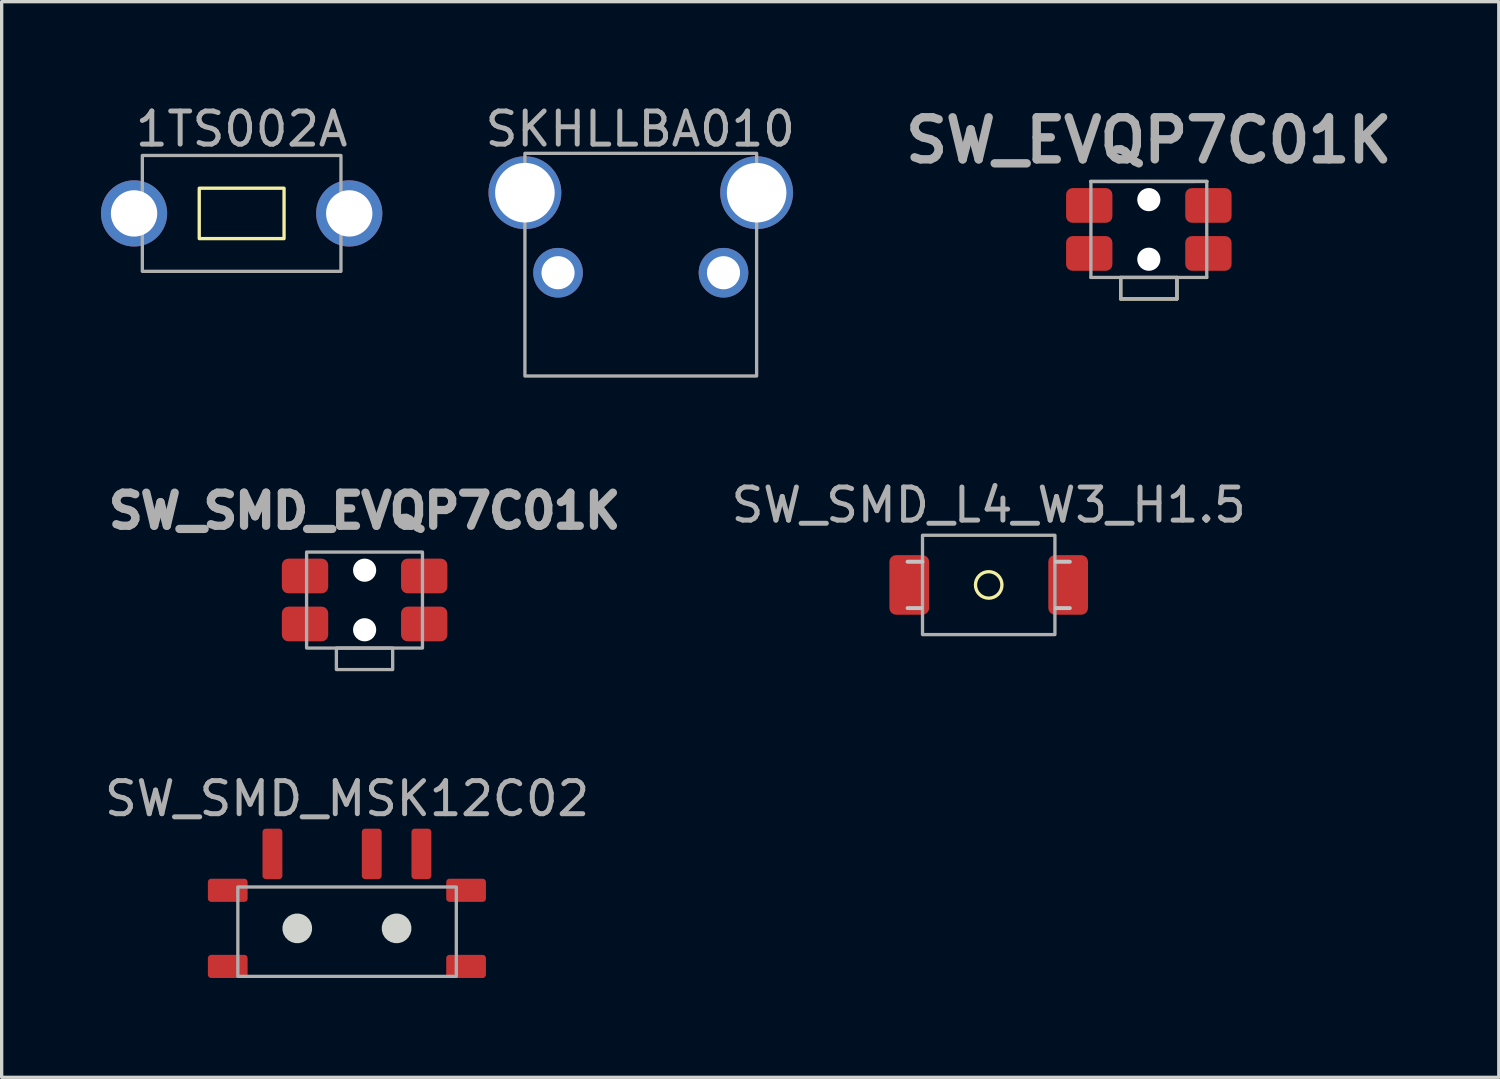
<source format=kicad_pcb>
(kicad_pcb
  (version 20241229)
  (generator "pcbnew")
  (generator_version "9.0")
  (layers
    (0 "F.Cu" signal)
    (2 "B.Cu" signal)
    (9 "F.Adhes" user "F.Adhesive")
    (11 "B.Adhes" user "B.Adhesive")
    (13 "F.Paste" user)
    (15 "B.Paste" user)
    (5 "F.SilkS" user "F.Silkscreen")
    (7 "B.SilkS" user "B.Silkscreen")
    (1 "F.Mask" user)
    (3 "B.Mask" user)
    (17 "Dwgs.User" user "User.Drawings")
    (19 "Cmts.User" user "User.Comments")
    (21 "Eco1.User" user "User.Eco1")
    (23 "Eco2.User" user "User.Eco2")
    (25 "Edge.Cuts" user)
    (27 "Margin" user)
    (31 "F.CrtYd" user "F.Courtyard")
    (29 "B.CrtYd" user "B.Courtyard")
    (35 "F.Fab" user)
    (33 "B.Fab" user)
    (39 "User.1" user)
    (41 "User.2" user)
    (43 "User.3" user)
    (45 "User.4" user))
  (footprint "SW_SMD_EVQP7C01K"
    (layer "F.Cu")
    (at 7.965 15.075)
    (property "Reference" "SW_SMD_EVQP7C01K" (at 0 -2.692 0) (layer "F.Fab") (effects (font (size 1 1) (thickness 0.25))))
    (attr through_hole)
    (fp_rect (start -1.753 -1.448) (end 1.747 1.452) (stroke (width 0.1) (type solid)) (fill no) (layer "F.Fab"))
    (fp_rect (start -0.853 1.452) (end 0.847 2.102) (stroke (width 0.1) (type solid)) (fill no) (layer "F.Fab"))
    (pad "" np_thru_hole circle (at 0 -0.9) (size 0.7 0.7) (drill 0.7) (layers "*.Cu" "*.Mask"))
    (pad "" np_thru_hole circle (at 0 0.9) (size 0.7 0.7) (drill 0.7) (layers "*.Cu" "*.Mask"))
    (pad "1" smd roundrect (at -1.8 -0.725 90) (size 1.05 1.4) (layers "F.Cu" "F.Mask" "F.Paste") (roundrect_rratio 0.19))
    (pad "1" smd roundrect (at 1.8 -0.725 90) (size 1.05 1.4) (layers "F.Cu" "F.Mask" "F.Paste") (roundrect_rratio 0.19))
    (pad "2" smd roundrect (at -1.8 0.725 90) (size 1.05 1.4) (layers "F.Cu" "F.Mask" "F.Paste") (roundrect_rratio 0.19))
    (pad "2" smd roundrect (at 1.8 0.725 90) (size 1.05 1.4) (layers "F.Cu" "F.Mask" "F.Paste") (roundrect_rratio 0.19)))
  (footprint "SW_EVQP7C01K"
    (layer "F.Cu")
    (at 31.655 3.881)
    (property "Reference" "SW_EVQP7C01K" (at 0 -2.692 0) (layer "F.Fab") (effects (font (size 1.27 1.27) (thickness 0.254))))
    (attr through_hole)
    (fp_line (start -1.753 -1.448) (end 1.753 -1.45) (stroke (width 0.1) (type solid)) (layer "F.SilkS"))
    (fp_rect (start -0.85 1.45) (end 0.85 2.1) (stroke (width 0.1) (type default)) (fill no) (layer "F.SilkS"))
    (fp_line (start -1.75 -1.45) (end 1.75 -1.45) (stroke (width 0.1) (type solid)) (layer "F.Fab"))
    (fp_line (start -1.75 1.45) (end -1.75 -1.45) (stroke (width 0.1) (type solid)) (layer "F.Fab"))
    (fp_line (start -0.85 1.45) (end -0.85 2.1) (stroke (width 0.1) (type solid)) (layer "F.Fab"))
    (fp_line (start -0.85 2.1) (end 0.85 2.1) (stroke (width 0.1) (type solid)) (layer "F.Fab"))
    (fp_line (start 0.85 2.1) (end 0.85 1.45) (stroke (width 0.1) (type solid)) (layer "F.Fab"))
    (fp_line (start 1.75 -1.45) (end 1.75 1.45) (stroke (width 0.1) (type solid)) (layer "F.Fab"))
    (fp_line (start 1.75 1.45) (end -1.75 1.45) (stroke (width 0.1) (type solid)) (layer "F.Fab"))
    (pad "" np_thru_hole circle (at 0 -0.9) (size 0.7 0.7) (drill 0.7) (layers "*.Cu" "*.Mask"))
    (pad "" np_thru_hole circle (at 0 0.9) (size 0.7 0.7) (drill 0.7) (layers "*.Cu" "*.Mask"))
    (pad "1" smd roundrect (at -1.8 -0.725 90) (size 1.05 1.4) (layers "F.Cu" "F.Mask" "F.Paste") (roundrect_rratio 0.19))
    (pad "1" smd roundrect (at 1.8 -0.725 90) (size 1.05 1.4) (layers "F.Cu" "F.Mask" "F.Paste") (roundrect_rratio 0.19))
    (pad "2" smd roundrect (at -1.8 0.725 90) (size 1.05 1.4) (layers "F.Cu" "F.Mask" "F.Paste") (roundrect_rratio 0.19))
    (pad "2" smd roundrect (at 1.8 0.725 90) (size 1.05 1.4) (layers "F.Cu" "F.Mask" "F.Paste") (roundrect_rratio 0.19)))
  (footprint "1TS002A"
    (layer "F.Cu")
    (at 4.25 3.397)
    (property "Reference" "1TS002A" (at 0 -2.549 0) (layer "F.Fab") (effects (font (size 1 1) (thickness 0.15))))
    (fp_rect (start -1.281 -0.761) (end 1.281 0.761) (stroke (width 0.1) (type default)) (fill no) (layer "F.SilkS"))
    (fp_rect (start -3 -1.75) (end 3 1.75) (stroke (width 0.1) (type solid)) (fill no) (layer "F.Fab"))
    (fp_poly (pts (xy -3.4 -0.5) (xy -3.4 0.5) (xy -2.99 0.5) (xy -2.99 -0.5)) (stroke (width 0.1) (type default)) (fill no) (layer "User.1"))
    (fp_poly (pts (xy -3.4 -0.5) (xy -3.1 -0.5) (xy -3.1 0.5) (xy -3.4 0.5)) (stroke (width 0.1) (type default)) (fill no) (layer "User.1"))
    (fp_poly (pts (xy 3.1 -0.5) (xy 3.4 -0.5) (xy 3.4 0.5) (xy 3.1 0.5)) (stroke (width 0.1) (type default)) (fill no) (layer "User.1"))
    (fp_poly (pts (xy 3.4 -0.5) (xy 3.4 0.5) (xy 2.99 0.5) (xy 2.99 -0.5)) (stroke (width 0.1) (type default)) (fill no) (layer "User.1"))
    (pad "1" thru_hole circle (at -3.25 0) (size 2 2) (drill 1.4) (layers "*.Cu" "*.Mask"))
    (pad "2" thru_hole circle (at 3.25 0) (size 2 2) (drill 1.4) (layers "*.Cu" "*.Mask")))
  (footprint "SW_SMD_L4_W3_H1.5"
    (layer "F.Cu")
    (at 26.818 14.62)
    (property "Reference" "SW_SMD_L4_W3_H1.5" (at 0 -2.413 0) (layer "F.Fab") (effects (font (size 1 1) (thickness 0.15))))
    (attr through_hole)
    (fp_circle (center 0 0) (end 0.4 0) (stroke (width 0.1) (type solid)) (fill no) (layer "F.SilkS"))
    (fp_line (start -2.45 -0.7) (end -2 -0.7) (stroke (width 0.12) (type solid)) (layer "Dwgs.User"))
    (fp_line (start -2.45 0.7) (end -2.032 0.7) (stroke (width 0.12) (type solid)) (layer "Dwgs.User"))
    (fp_line (start 2.45 -0.7) (end 2.032 -0.7) (stroke (width 0.12) (type solid)) (layer "Dwgs.User"))
    (fp_line (start 2.45 0.7) (end 2.032 0.7) (stroke (width 0.12) (type solid)) (layer "Dwgs.User"))
    (fp_rect (start -2 -1.5) (end 2 1.5) (stroke (width 0.1) (type solid)) (fill no) (layer "F.Fab"))
    (pad "1" smd roundrect (at -2.4 0) (size 1.2 1.8) (layers "F.Cu" "F.Mask" "F.Paste") (roundrect_rratio 0.167))
    (pad "2" smd roundrect (at 2.4 0) (size 1.2 1.8) (layers "F.Cu" "F.Mask" "F.Paste") (roundrect_rratio 0.167)))
  (footprint "SKHLLBA010"
    (layer "F.Cu")
    (at 16.307 3.98)
    (property "Reference" "SKHLLBA010" (at -0.015 -3.132 0) (layer "F.Fab") (effects (font (size 1 1) (thickness 0.15))))
    (fp_rect (start -3.5 -2.398) (end 3.5 4.329) (stroke (width 0.1) (type solid)) (fill no) (layer "F.Fab"))
    (fp_poly (pts (xy -2.103 1.157) (xy -2.13 1.056) (xy -2.182 0.965) (xy -2.256 0.892) (xy -2.346 0.839) (xy -2.447 0.812) (xy -2.552 0.812) (xy -2.653 0.839) (xy -2.743 0.892) (xy -2.817 0.965) (xy -2.869 1.056) (xy -2.896 1.157) (xy -2.896 1.261) (xy -2.869 1.362) (xy -2.817 1.453) (xy -2.743 1.526) (xy -2.653 1.579) (xy -2.552 1.606) (xy -2.447 1.606) (xy -2.346 1.579) (xy -2.256 1.526) (xy -2.182 1.453) (xy -2.13 1.362) (xy -2.103 1.261)) (stroke (width 0.1) (type default)) (fill no) (layer "User.1"))
    (fp_poly (pts (xy 2.896 1.157) (xy 2.869 1.056) (xy 2.817 0.965) (xy 2.743 0.892) (xy 2.653 0.839) (xy 2.552 0.812) (xy 2.447 0.812) (xy 2.346 0.839) (xy 2.256 0.892) (xy 2.182 0.965) (xy 2.13 1.056) (xy 2.103 1.157) (xy 2.103 1.261) (xy 2.13 1.362) (xy 2.182 1.453) (xy 2.256 1.526) (xy 2.346 1.579) (xy 2.447 1.606) (xy 2.552 1.606) (xy 2.653 1.579) (xy 2.743 1.526) (xy 2.817 1.453) (xy 2.869 1.362) (xy 2.896 1.261)) (stroke (width 0.1) (type default)) (fill no) (layer "User.1"))
    (fp_poly (pts (xy -2.704 -1.287) (xy -2.734 -1.441) (xy -2.794 -1.586) (xy -2.882 -1.717) (xy -2.992 -1.827) (xy -3.123 -1.915) (xy -3.268 -1.975) (xy -3.422 -2.005) (xy -3.578 -2.005) (xy -3.732 -1.975) (xy -3.877 -1.915) (xy -4.008 -1.827) (xy -4.118 -1.717) (xy -4.206 -1.586) (xy -4.266 -1.441) (xy -4.296 -1.287) (xy -4.296 -1.131) (xy -4.266 -0.977) (xy -4.206 -0.832) (xy -4.118 -0.701) (xy -4.008 -0.591) (xy -3.877 -0.503) (xy -3.732 -0.443) (xy -3.578 -0.413) (xy -3.422 -0.413) (xy -3.268 -0.443) (xy -3.123 -0.503) (xy -2.992 -0.591) (xy -2.882 -0.701) (xy -2.794 -0.832) (xy -2.734 -0.977) (xy -2.704 -1.131)) (stroke (width 0.1) (type default)) (fill no) (layer "User.1"))
    (fp_poly (pts (xy 4.296 -1.287) (xy 4.266 -1.441) (xy 4.206 -1.586) (xy 4.118 -1.717) (xy 4.008 -1.827) (xy 3.877 -1.915) (xy 3.732 -1.975) (xy 3.578 -2.005) (xy 3.422 -2.005) (xy 3.268 -1.975) (xy 3.123 -1.915) (xy 2.992 -1.827) (xy 2.882 -1.717) (xy 2.794 -1.586) (xy 2.734 -1.441) (xy 2.704 -1.287) (xy 2.704 -1.131) (xy 2.734 -0.977) (xy 2.794 -0.832) (xy 2.882 -0.701) (xy 2.992 -0.591) (xy 3.123 -0.503) (xy 3.268 -0.443) (xy 3.422 -0.413) (xy 3.578 -0.413) (xy 3.732 -0.443) (xy 3.877 -0.503) (xy 4.008 -0.591) (xy 4.118 -0.701) (xy 4.206 -0.832) (xy 4.266 -0.977) (xy 4.296 -1.131)) (stroke (width 0.1) (type default)) (fill no) (layer "User.1"))
    (pad "1" thru_hole circle (at -2.499 1.209) (size 1.5 1.5) (drill 1) (layers "*.Cu" "*.Mask"))
    (pad "2" thru_hole circle (at 2.499 1.209) (size 1.5 1.5) (drill 1) (layers "*.Cu" "*.Mask"))
    (pad "3" thru_hole circle (at -3.5 -1.209) (size 2.2 2.2) (drill 1.8) (layers "*.Cu" "*.Mask"))
    (pad "3" thru_hole circle (at 3.5 -1.209) (size 2.2 2.2) (drill 1.8) (layers "*.Cu" "*.Mask")))
  (footprint "SW_SMD_MSK12C02"
    (layer "F.Cu")
    (at 7.435 24.251)
    (property "Reference" "SW_SMD_MSK12C02" (at 0 -3.175 0) (layer "F.Fab") (effects (font (size 1 1) (thickness 0.15))))
    (fp_poly (pts (xy -1.059 0.685) (xy -1.089 0.572) (xy -1.148 0.47) (xy -1.231 0.387) (xy -1.333 0.328) (xy -1.446 0.298) (xy -1.563 0.298) (xy -1.677 0.328) (xy -1.779 0.387) (xy -1.862 0.47) (xy -1.921 0.572) (xy -1.951 0.685) (xy -1.951 0.802) (xy -1.921 0.916) (xy -1.862 1.018) (xy -1.779 1.101) (xy -1.677 1.159) (xy -1.563 1.19) (xy -1.446 1.19) (xy -1.333 1.159) (xy -1.231 1.101) (xy -1.148 1.018) (xy -1.089 0.916) (xy -1.059 0.802)) (stroke (width 0) (type default)) (fill yes) (layer "Edge.Cuts"))
    (fp_poly (pts (xy 1.941 0.685) (xy 1.911 0.572) (xy 1.852 0.47) (xy 1.769 0.387) (xy 1.667 0.328) (xy 1.554 0.298) (xy 1.437 0.298) (xy 1.323 0.328) (xy 1.221 0.387) (xy 1.138 0.47) (xy 1.079 0.572) (xy 1.049 0.685) (xy 1.049 0.802) (xy 1.079 0.916) (xy 1.138 1.018) (xy 1.221 1.101) (xy 1.323 1.159) (xy 1.437 1.19) (xy 1.554 1.19) (xy 1.667 1.159) (xy 1.769 1.101) (xy 1.852 1.018) (xy 1.911 0.916) (xy 1.941 0.802)) (stroke (width 0) (type default)) (fill yes) (layer "Edge.Cuts"))
    (fp_rect (start -3.3 -0.506) (end 3.3 2.194) (stroke (width 0.1) (type solid)) (fill no) (layer "F.Fab"))
    (pad "1" smd roundrect (at -2.255 -1.506 90) (size 1.524 0.6) (layers "F.Cu" "F.Mask" "F.Paste") (roundrect_rratio 0.167))
    (pad "2" smd roundrect (at 0.745 -1.506 90) (size 1.524 0.6) (layers "F.Cu" "F.Mask" "F.Paste") (roundrect_rratio 0.167))
    (pad "3" smd roundrect (at 2.245 -1.506 90) (size 1.524 0.6) (layers "F.Cu" "F.Mask" "F.Paste") (roundrect_rratio 0.167))
    (pad "4" smd roundrect (at -3.605 -0.406 180) (size 1.2 0.7) (layers "F.Cu" "F.Mask" "F.Paste") (roundrect_rratio 0.143))
    (pad "4" smd roundrect (at -3.605 1.894 180) (size 1.2 0.7) (layers "F.Cu" "F.Mask" "F.Paste") (roundrect_rratio 0.143))
    (pad "4" smd roundrect (at 3.595 -0.406 180) (size 1.2 0.7) (layers "F.Cu" "F.Mask" "F.Paste") (roundrect_rratio 0.143))
    (pad "4" smd roundrect (at 3.595 1.894 180) (size 1.2 0.7) (layers "F.Cu" "F.Mask" "F.Paste") (roundrect_rratio 0.143)))
  (gr_rect
    (start -3 -3)
    (end 42.227 29.494)
    (stroke (width 0.1) (type default))
    (fill no)
    (layer "Edge.Cuts")))
</source>
